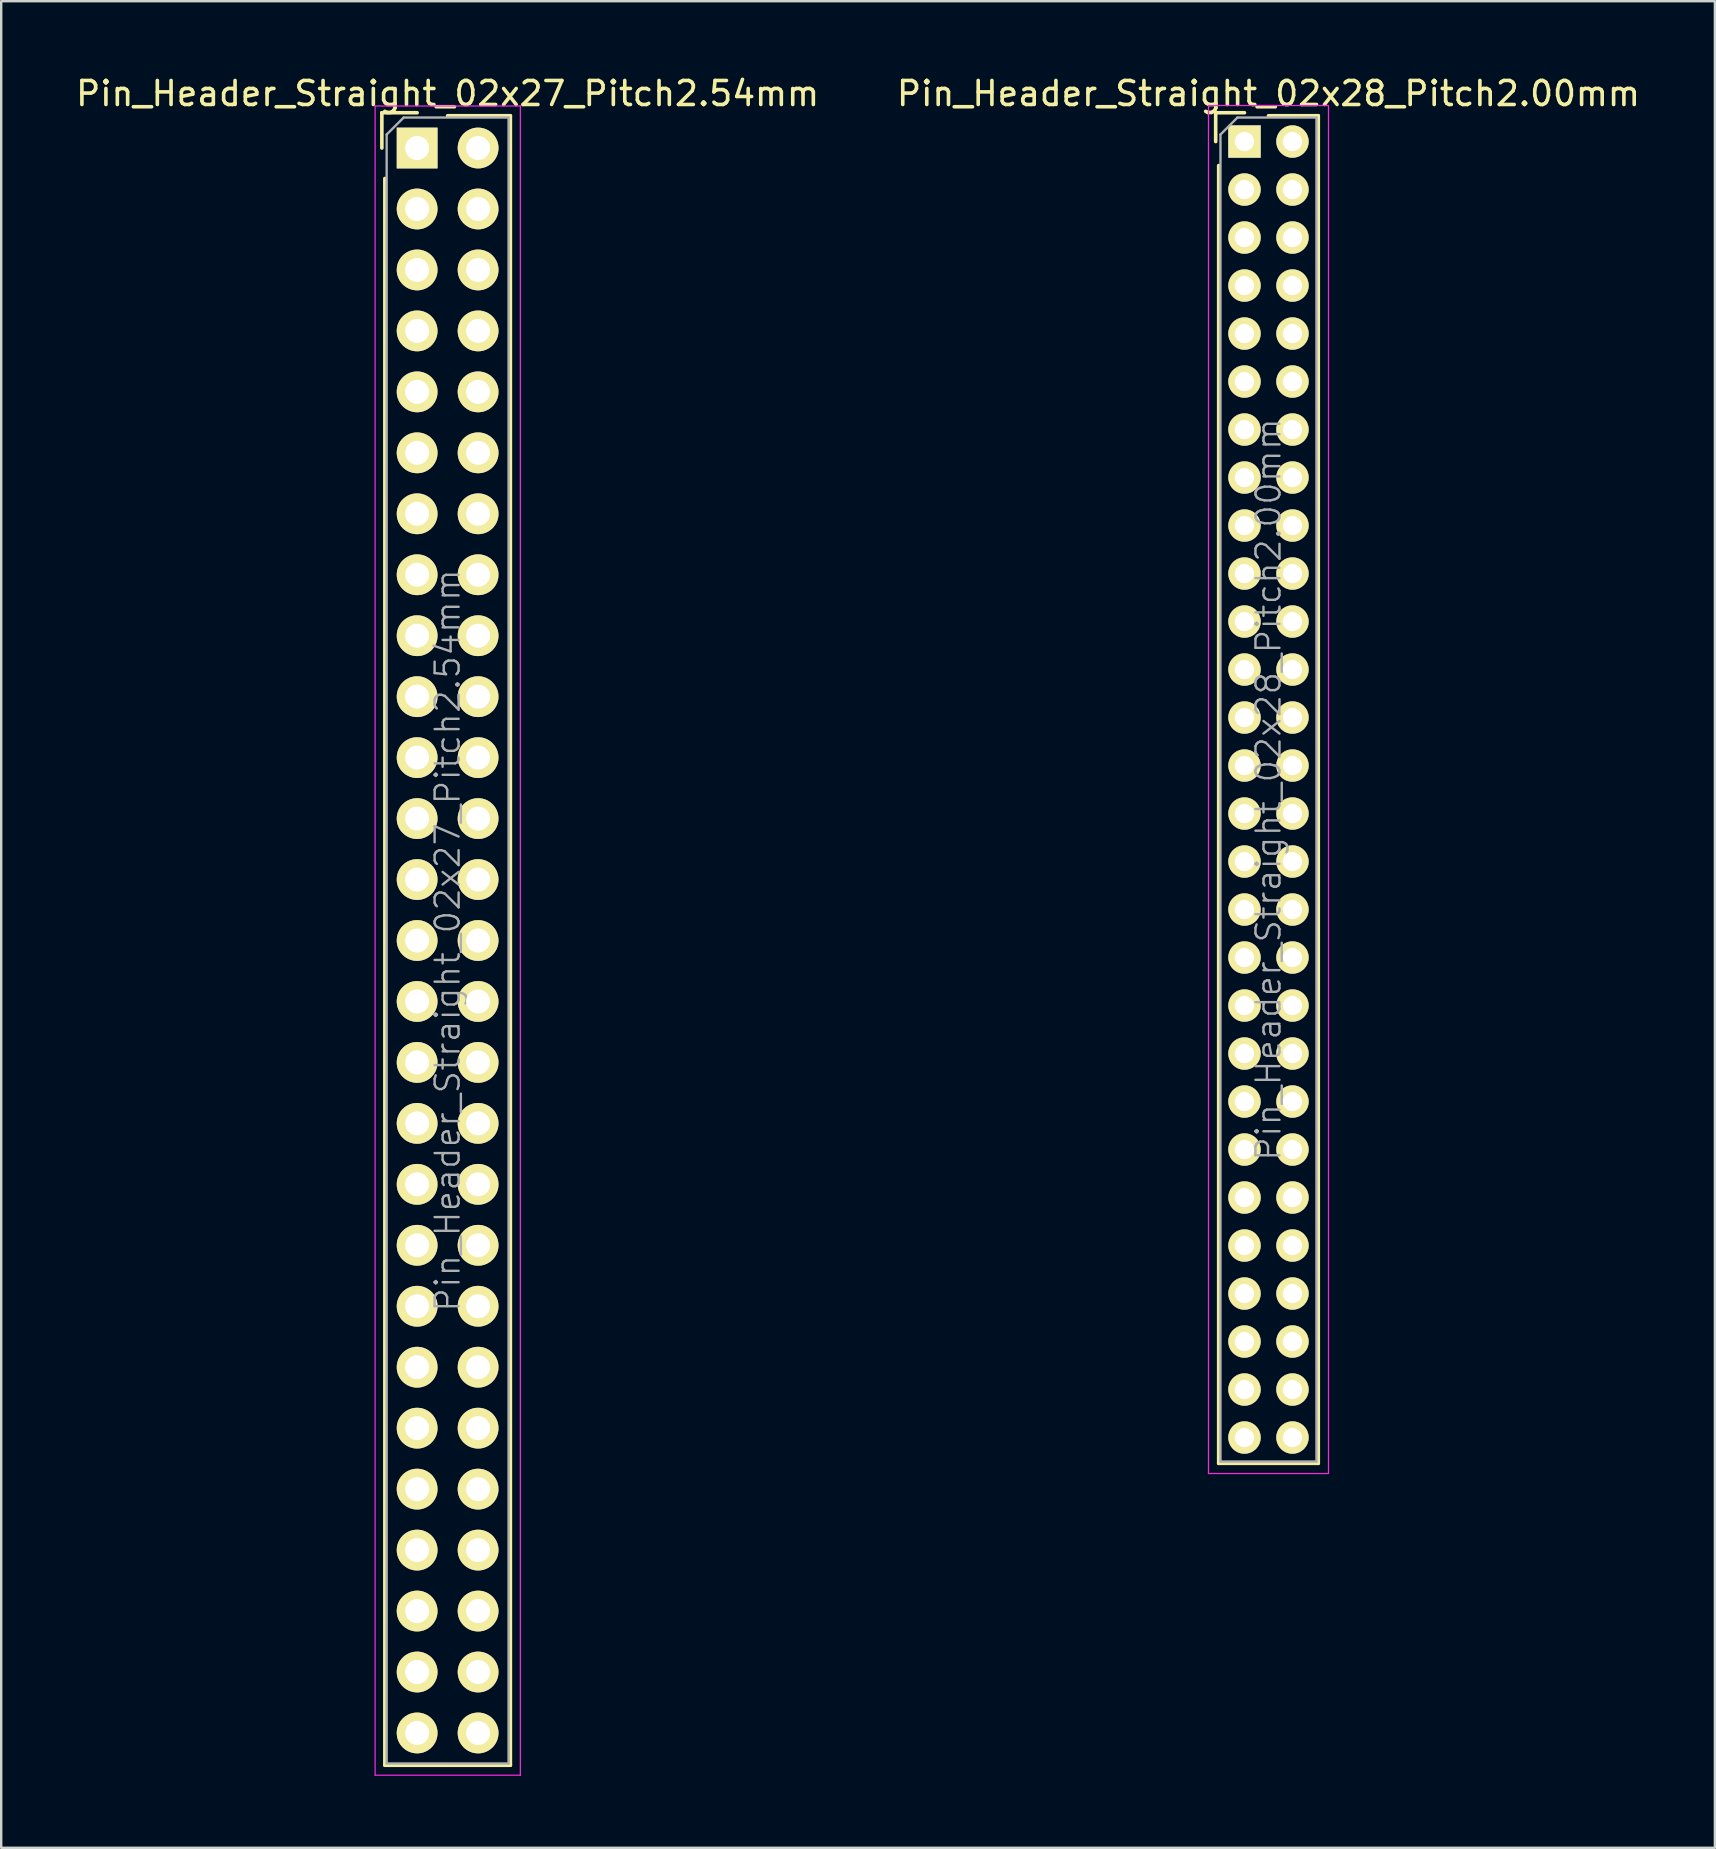
<source format=kicad_pcb>
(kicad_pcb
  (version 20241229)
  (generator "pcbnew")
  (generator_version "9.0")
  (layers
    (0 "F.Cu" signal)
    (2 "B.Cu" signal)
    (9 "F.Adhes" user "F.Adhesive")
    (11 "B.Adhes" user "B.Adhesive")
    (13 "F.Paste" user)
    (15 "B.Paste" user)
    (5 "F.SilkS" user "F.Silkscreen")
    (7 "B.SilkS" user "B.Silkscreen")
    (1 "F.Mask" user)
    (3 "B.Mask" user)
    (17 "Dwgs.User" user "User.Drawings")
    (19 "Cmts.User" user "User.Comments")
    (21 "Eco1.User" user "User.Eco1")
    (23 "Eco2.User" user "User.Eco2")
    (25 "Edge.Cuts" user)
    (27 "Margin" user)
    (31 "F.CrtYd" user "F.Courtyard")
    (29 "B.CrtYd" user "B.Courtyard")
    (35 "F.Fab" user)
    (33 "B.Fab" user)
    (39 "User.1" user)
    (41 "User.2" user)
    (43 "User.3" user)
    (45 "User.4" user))
  (footprint "Pin_Header_Straight_02x28_Pitch2.00mm"
    (layer "F.Cu")
    (at 48.804 2.848)
    (property "Reference" "Pin_Header_Straight_02x28_Pitch2.00mm" (at 1 -2 0) (layer "F.SilkS") (effects (font (size 1 1) (thickness 0.15))))
    (attr smd)
    (fp_line (start -1.2 -1.2) (end -1.2 0) (stroke (width 0.15) (type solid)) (layer "F.SilkS"))
    (fp_line (start -1.2 -1.2) (end 0 -1.2) (stroke (width 0.15) (type solid)) (layer "F.SilkS"))
    (fp_line (start -1.075 1) (end -1.075 55.075) (stroke (width 0.15) (type solid)) (layer "F.SilkS"))
    (fp_line (start -1.075 55.075) (end 3.075 55.075) (stroke (width 0.15) (type solid)) (layer "F.SilkS"))
    (fp_line (start 1 -1.075) (end 3.075 -1.075) (stroke (width 0.15) (type solid)) (layer "F.SilkS"))
    (fp_line (start 3.075 -1.075) (end 3.075 55.075) (stroke (width 0.15) (type solid)) (layer "F.SilkS"))
    (fp_line (start -1.5 -1.5) (end -1.5 55.5) (stroke (width 0.05) (type solid)) (layer "F.CrtYd"))
    (fp_line (start 3.5 -1.5) (end -1.5 -1.5) (stroke (width 0.05) (type solid)) (layer "F.CrtYd"))
    (fp_line (start 3.5 -1.5) (end 3.5 55.5) (stroke (width 0.05) (type solid)) (layer "F.CrtYd"))
    (fp_line (start 3.5 55.5) (end -1.5 55.5) (stroke (width 0.05) (type solid)) (layer "F.CrtYd"))
    (fp_line (start -1 -0.293) (end -0.293 -1) (stroke (width 0.1) (type solid)) (layer "F.Fab"))
    (fp_line (start -1 55) (end -1 -0.293) (stroke (width 0.1) (type solid)) (layer "F.Fab"))
    (fp_line (start 3 -1) (end -0.293 -1) (stroke (width 0.1) (type solid)) (layer "F.Fab"))
    (fp_line (start 3 55) (end -1 55) (stroke (width 0.1) (type solid)) (layer "F.Fab"))
    (fp_line (start 3 55) (end 3 -1) (stroke (width 0.1) (type solid)) (layer "F.Fab"))
    (fp_text user "${REFERENCE}" (at 1 27 90) (layer "F.Fab") (effects (font (size 1 1) (thickness 0.1))))
    (pad "1" thru_hole rect (at 0 0) (size 1.35 1.35) (drill 0.8) (layers "*.Cu" "*.Mask" "F.SilkS"))
    (pad "2" thru_hole oval (at 2 0) (size 1.35 1.35) (drill 0.8) (layers "*.Cu" "*.Mask" "F.SilkS"))
    (pad "3" thru_hole oval (at 0 2) (size 1.35 1.35) (drill 0.8) (layers "*.Cu" "*.Mask" "F.SilkS"))
    (pad "4" thru_hole oval (at 2 2) (size 1.35 1.35) (drill 0.8) (layers "*.Cu" "*.Mask" "F.SilkS"))
    (pad "5" thru_hole oval (at 0 4) (size 1.35 1.35) (drill 0.8) (layers "*.Cu" "*.Mask" "F.SilkS"))
    (pad "6" thru_hole oval (at 2 4) (size 1.35 1.35) (drill 0.8) (layers "*.Cu" "*.Mask" "F.SilkS"))
    (pad "7" thru_hole oval (at 0 6) (size 1.35 1.35) (drill 0.8) (layers "*.Cu" "*.Mask" "F.SilkS"))
    (pad "8" thru_hole oval (at 2 6) (size 1.35 1.35) (drill 0.8) (layers "*.Cu" "*.Mask" "F.SilkS"))
    (pad "9" thru_hole oval (at 0 8) (size 1.35 1.35) (drill 0.8) (layers "*.Cu" "*.Mask" "F.SilkS"))
    (pad "10" thru_hole oval (at 2 8) (size 1.35 1.35) (drill 0.8) (layers "*.Cu" "*.Mask" "F.SilkS"))
    (pad "11" thru_hole oval (at 0 10) (size 1.35 1.35) (drill 0.8) (layers "*.Cu" "*.Mask" "F.SilkS"))
    (pad "12" thru_hole oval (at 2 10) (size 1.35 1.35) (drill 0.8) (layers "*.Cu" "*.Mask" "F.SilkS"))
    (pad "13" thru_hole oval (at 0 12) (size 1.35 1.35) (drill 0.8) (layers "*.Cu" "*.Mask" "F.SilkS"))
    (pad "14" thru_hole oval (at 2 12) (size 1.35 1.35) (drill 0.8) (layers "*.Cu" "*.Mask" "F.SilkS"))
    (pad "15" thru_hole oval (at 0 14) (size 1.35 1.35) (drill 0.8) (layers "*.Cu" "*.Mask" "F.SilkS"))
    (pad "16" thru_hole oval (at 2 14) (size 1.35 1.35) (drill 0.8) (layers "*.Cu" "*.Mask" "F.SilkS"))
    (pad "17" thru_hole oval (at 0 16) (size 1.35 1.35) (drill 0.8) (layers "*.Cu" "*.Mask" "F.SilkS"))
    (pad "18" thru_hole oval (at 2 16) (size 1.35 1.35) (drill 0.8) (layers "*.Cu" "*.Mask" "F.SilkS"))
    (pad "19" thru_hole oval (at 0 18) (size 1.35 1.35) (drill 0.8) (layers "*.Cu" "*.Mask" "F.SilkS"))
    (pad "20" thru_hole oval (at 2 18) (size 1.35 1.35) (drill 0.8) (layers "*.Cu" "*.Mask" "F.SilkS"))
    (pad "21" thru_hole oval (at 0 20) (size 1.35 1.35) (drill 0.8) (layers "*.Cu" "*.Mask" "F.SilkS"))
    (pad "22" thru_hole oval (at 2 20) (size 1.35 1.35) (drill 0.8) (layers "*.Cu" "*.Mask" "F.SilkS"))
    (pad "23" thru_hole oval (at 0 22) (size 1.35 1.35) (drill 0.8) (layers "*.Cu" "*.Mask" "F.SilkS"))
    (pad "24" thru_hole oval (at 2 22) (size 1.35 1.35) (drill 0.8) (layers "*.Cu" "*.Mask" "F.SilkS"))
    (pad "25" thru_hole oval (at 0 24) (size 1.35 1.35) (drill 0.8) (layers "*.Cu" "*.Mask" "F.SilkS"))
    (pad "26" thru_hole oval (at 2 24) (size 1.35 1.35) (drill 0.8) (layers "*.Cu" "*.Mask" "F.SilkS"))
    (pad "27" thru_hole oval (at 0 26) (size 1.35 1.35) (drill 0.8) (layers "*.Cu" "*.Mask" "F.SilkS"))
    (pad "28" thru_hole oval (at 2 26) (size 1.35 1.35) (drill 0.8) (layers "*.Cu" "*.Mask" "F.SilkS"))
    (pad "29" thru_hole oval (at 0 28) (size 1.35 1.35) (drill 0.8) (layers "*.Cu" "*.Mask" "F.SilkS"))
    (pad "30" thru_hole oval (at 2 28) (size 1.35 1.35) (drill 0.8) (layers "*.Cu" "*.Mask" "F.SilkS"))
    (pad "31" thru_hole oval (at 0 30) (size 1.35 1.35) (drill 0.8) (layers "*.Cu" "*.Mask" "F.SilkS"))
    (pad "32" thru_hole oval (at 2 30) (size 1.35 1.35) (drill 0.8) (layers "*.Cu" "*.Mask" "F.SilkS"))
    (pad "33" thru_hole oval (at 0 32) (size 1.35 1.35) (drill 0.8) (layers "*.Cu" "*.Mask" "F.SilkS"))
    (pad "34" thru_hole oval (at 2 32) (size 1.35 1.35) (drill 0.8) (layers "*.Cu" "*.Mask" "F.SilkS"))
    (pad "35" thru_hole oval (at 0 34) (size 1.35 1.35) (drill 0.8) (layers "*.Cu" "*.Mask" "F.SilkS"))
    (pad "36" thru_hole oval (at 2 34) (size 1.35 1.35) (drill 0.8) (layers "*.Cu" "*.Mask" "F.SilkS"))
    (pad "37" thru_hole oval (at 0 36) (size 1.35 1.35) (drill 0.8) (layers "*.Cu" "*.Mask" "F.SilkS"))
    (pad "38" thru_hole oval (at 2 36) (size 1.35 1.35) (drill 0.8) (layers "*.Cu" "*.Mask" "F.SilkS"))
    (pad "39" thru_hole oval (at 0 38) (size 1.35 1.35) (drill 0.8) (layers "*.Cu" "*.Mask" "F.SilkS"))
    (pad "40" thru_hole oval (at 2 38) (size 1.35 1.35) (drill 0.8) (layers "*.Cu" "*.Mask" "F.SilkS"))
    (pad "41" thru_hole oval (at 0 40) (size 1.35 1.35) (drill 0.8) (layers "*.Cu" "*.Mask" "F.SilkS"))
    (pad "42" thru_hole oval (at 2 40) (size 1.35 1.35) (drill 0.8) (layers "*.Cu" "*.Mask" "F.SilkS"))
    (pad "43" thru_hole oval (at 0 42) (size 1.35 1.35) (drill 0.8) (layers "*.Cu" "*.Mask" "F.SilkS"))
    (pad "44" thru_hole oval (at 2 42) (size 1.35 1.35) (drill 0.8) (layers "*.Cu" "*.Mask" "F.SilkS"))
    (pad "45" thru_hole oval (at 0 44) (size 1.35 1.35) (drill 0.8) (layers "*.Cu" "*.Mask" "F.SilkS"))
    (pad "46" thru_hole oval (at 2 44) (size 1.35 1.35) (drill 0.8) (layers "*.Cu" "*.Mask" "F.SilkS"))
    (pad "47" thru_hole oval (at 0 46) (size 1.35 1.35) (drill 0.8) (layers "*.Cu" "*.Mask" "F.SilkS"))
    (pad "48" thru_hole oval (at 2 46) (size 1.35 1.35) (drill 0.8) (layers "*.Cu" "*.Mask" "F.SilkS"))
    (pad "49" thru_hole oval (at 0 48) (size 1.35 1.35) (drill 0.8) (layers "*.Cu" "*.Mask" "F.SilkS"))
    (pad "50" thru_hole oval (at 2 48) (size 1.35 1.35) (drill 0.8) (layers "*.Cu" "*.Mask" "F.SilkS"))
    (pad "51" thru_hole oval (at 0 50) (size 1.35 1.35) (drill 0.8) (layers "*.Cu" "*.Mask" "F.SilkS"))
    (pad "52" thru_hole oval (at 2 50) (size 1.35 1.35) (drill 0.8) (layers "*.Cu" "*.Mask" "F.SilkS"))
    (pad "53" thru_hole oval (at 0 52) (size 1.35 1.35) (drill 0.8) (layers "*.Cu" "*.Mask" "F.SilkS"))
    (pad "54" thru_hole oval (at 2 52) (size 1.35 1.35) (drill 0.8) (layers "*.Cu" "*.Mask" "F.SilkS"))
    (pad "55" thru_hole oval (at 0 54) (size 1.35 1.35) (drill 0.8) (layers "*.Cu" "*.Mask" "F.SilkS"))
    (pad "56" thru_hole oval (at 2 54) (size 1.35 1.35) (drill 0.8) (layers "*.Cu" "*.Mask" "F.SilkS")))
  (footprint "Pin_Header_Straight_02x27_Pitch2.54mm"
    (layer "F.Cu")
    (at 14.331 3.118)
    (property "Reference" "Pin_Header_Straight_02x27_Pitch2.54mm" (at 1.27 -2.27 0) (layer "F.SilkS") (effects (font (size 1 1) (thickness 0.15))))
    (attr smd)
    (fp_line (start -1.47 -1.47) (end -1.47 0) (stroke (width 0.15) (type solid)) (layer "F.SilkS"))
    (fp_line (start -1.47 -1.47) (end 0 -1.47) (stroke (width 0.15) (type solid)) (layer "F.SilkS"))
    (fp_line (start -1.345 1.27) (end -1.345 67.385) (stroke (width 0.15) (type solid)) (layer "F.SilkS"))
    (fp_line (start -1.345 67.385) (end 3.885 67.385) (stroke (width 0.15) (type solid)) (layer "F.SilkS"))
    (fp_line (start 1.27 -1.345) (end 3.885 -1.345) (stroke (width 0.15) (type solid)) (layer "F.SilkS"))
    (fp_line (start 3.885 -1.345) (end 3.885 67.385) (stroke (width 0.15) (type solid)) (layer "F.SilkS"))
    (fp_line (start -1.75 -1.75) (end -1.75 67.8) (stroke (width 0.05) (type solid)) (layer "F.CrtYd"))
    (fp_line (start 4.3 -1.75) (end -1.75 -1.75) (stroke (width 0.05) (type solid)) (layer "F.CrtYd"))
    (fp_line (start 4.3 -1.75) (end 4.3 67.8) (stroke (width 0.05) (type solid)) (layer "F.CrtYd"))
    (fp_line (start 4.3 67.8) (end -1.75 67.8) (stroke (width 0.05) (type solid)) (layer "F.CrtYd"))
    (fp_line (start -1.27 -0.563) (end -0.563 -1.27) (stroke (width 0.1) (type solid)) (layer "F.Fab"))
    (fp_line (start -1.27 67.31) (end -1.27 -0.563) (stroke (width 0.1) (type solid)) (layer "F.Fab"))
    (fp_line (start 3.81 -1.27) (end -0.563 -1.27) (stroke (width 0.1) (type solid)) (layer "F.Fab"))
    (fp_line (start 3.81 67.31) (end -1.27 67.31) (stroke (width 0.1) (type solid)) (layer "F.Fab"))
    (fp_line (start 3.81 67.31) (end 3.81 -1.27) (stroke (width 0.1) (type solid)) (layer "F.Fab"))
    (fp_text user "${REFERENCE}" (at 1.27 33.02 90) (layer "F.Fab") (effects (font (size 1 1) (thickness 0.1))))
    (pad "1" thru_hole rect (at 0 0) (size 1.7 1.7) (drill 1) (layers "*.Cu" "*.Mask" "F.SilkS"))
    (pad "2" thru_hole oval (at 2.54 0) (size 1.7 1.7) (drill 1) (layers "*.Cu" "*.Mask" "F.SilkS"))
    (pad "3" thru_hole oval (at 0 2.54) (size 1.7 1.7) (drill 1) (layers "*.Cu" "*.Mask" "F.SilkS"))
    (pad "4" thru_hole oval (at 2.54 2.54) (size 1.7 1.7) (drill 1) (layers "*.Cu" "*.Mask" "F.SilkS"))
    (pad "5" thru_hole oval (at 0 5.08) (size 1.7 1.7) (drill 1) (layers "*.Cu" "*.Mask" "F.SilkS"))
    (pad "6" thru_hole oval (at 2.54 5.08) (size 1.7 1.7) (drill 1) (layers "*.Cu" "*.Mask" "F.SilkS"))
    (pad "7" thru_hole oval (at 0 7.62) (size 1.7 1.7) (drill 1) (layers "*.Cu" "*.Mask" "F.SilkS"))
    (pad "8" thru_hole oval (at 2.54 7.62) (size 1.7 1.7) (drill 1) (layers "*.Cu" "*.Mask" "F.SilkS"))
    (pad "9" thru_hole oval (at 0 10.16) (size 1.7 1.7) (drill 1) (layers "*.Cu" "*.Mask" "F.SilkS"))
    (pad "10" thru_hole oval (at 2.54 10.16) (size 1.7 1.7) (drill 1) (layers "*.Cu" "*.Mask" "F.SilkS"))
    (pad "11" thru_hole oval (at 0 12.7) (size 1.7 1.7) (drill 1) (layers "*.Cu" "*.Mask" "F.SilkS"))
    (pad "12" thru_hole oval (at 2.54 12.7) (size 1.7 1.7) (drill 1) (layers "*.Cu" "*.Mask" "F.SilkS"))
    (pad "13" thru_hole oval (at 0 15.24) (size 1.7 1.7) (drill 1) (layers "*.Cu" "*.Mask" "F.SilkS"))
    (pad "14" thru_hole oval (at 2.54 15.24) (size 1.7 1.7) (drill 1) (layers "*.Cu" "*.Mask" "F.SilkS"))
    (pad "15" thru_hole oval (at 0 17.78) (size 1.7 1.7) (drill 1) (layers "*.Cu" "*.Mask" "F.SilkS"))
    (pad "16" thru_hole oval (at 2.54 17.78) (size 1.7 1.7) (drill 1) (layers "*.Cu" "*.Mask" "F.SilkS"))
    (pad "17" thru_hole oval (at 0 20.32) (size 1.7 1.7) (drill 1) (layers "*.Cu" "*.Mask" "F.SilkS"))
    (pad "18" thru_hole oval (at 2.54 20.32) (size 1.7 1.7) (drill 1) (layers "*.Cu" "*.Mask" "F.SilkS"))
    (pad "19" thru_hole oval (at 0 22.86) (size 1.7 1.7) (drill 1) (layers "*.Cu" "*.Mask" "F.SilkS"))
    (pad "20" thru_hole oval (at 2.54 22.86) (size 1.7 1.7) (drill 1) (layers "*.Cu" "*.Mask" "F.SilkS"))
    (pad "21" thru_hole oval (at 0 25.4) (size 1.7 1.7) (drill 1) (layers "*.Cu" "*.Mask" "F.SilkS"))
    (pad "22" thru_hole oval (at 2.54 25.4) (size 1.7 1.7) (drill 1) (layers "*.Cu" "*.Mask" "F.SilkS"))
    (pad "23" thru_hole oval (at 0 27.94) (size 1.7 1.7) (drill 1) (layers "*.Cu" "*.Mask" "F.SilkS"))
    (pad "24" thru_hole oval (at 2.54 27.94) (size 1.7 1.7) (drill 1) (layers "*.Cu" "*.Mask" "F.SilkS"))
    (pad "25" thru_hole oval (at 0 30.48) (size 1.7 1.7) (drill 1) (layers "*.Cu" "*.Mask" "F.SilkS"))
    (pad "26" thru_hole oval (at 2.54 30.48) (size 1.7 1.7) (drill 1) (layers "*.Cu" "*.Mask" "F.SilkS"))
    (pad "27" thru_hole oval (at 0 33.02) (size 1.7 1.7) (drill 1) (layers "*.Cu" "*.Mask" "F.SilkS"))
    (pad "28" thru_hole oval (at 2.54 33.02) (size 1.7 1.7) (drill 1) (layers "*.Cu" "*.Mask" "F.SilkS"))
    (pad "29" thru_hole oval (at 0 35.56) (size 1.7 1.7) (drill 1) (layers "*.Cu" "*.Mask" "F.SilkS"))
    (pad "30" thru_hole oval (at 2.54 35.56) (size 1.7 1.7) (drill 1) (layers "*.Cu" "*.Mask" "F.SilkS"))
    (pad "31" thru_hole oval (at 0 38.1) (size 1.7 1.7) (drill 1) (layers "*.Cu" "*.Mask" "F.SilkS"))
    (pad "32" thru_hole oval (at 2.54 38.1) (size 1.7 1.7) (drill 1) (layers "*.Cu" "*.Mask" "F.SilkS"))
    (pad "33" thru_hole oval (at 0 40.64) (size 1.7 1.7) (drill 1) (layers "*.Cu" "*.Mask" "F.SilkS"))
    (pad "34" thru_hole oval (at 2.54 40.64) (size 1.7 1.7) (drill 1) (layers "*.Cu" "*.Mask" "F.SilkS"))
    (pad "35" thru_hole oval (at 0 43.18) (size 1.7 1.7) (drill 1) (layers "*.Cu" "*.Mask" "F.SilkS"))
    (pad "36" thru_hole oval (at 2.54 43.18) (size 1.7 1.7) (drill 1) (layers "*.Cu" "*.Mask" "F.SilkS"))
    (pad "37" thru_hole oval (at 0 45.72) (size 1.7 1.7) (drill 1) (layers "*.Cu" "*.Mask" "F.SilkS"))
    (pad "38" thru_hole oval (at 2.54 45.72) (size 1.7 1.7) (drill 1) (layers "*.Cu" "*.Mask" "F.SilkS"))
    (pad "39" thru_hole oval (at 0 48.26) (size 1.7 1.7) (drill 1) (layers "*.Cu" "*.Mask" "F.SilkS"))
    (pad "40" thru_hole oval (at 2.54 48.26) (size 1.7 1.7) (drill 1) (layers "*.Cu" "*.Mask" "F.SilkS"))
    (pad "41" thru_hole oval (at 0 50.8) (size 1.7 1.7) (drill 1) (layers "*.Cu" "*.Mask" "F.SilkS"))
    (pad "42" thru_hole oval (at 2.54 50.8) (size 1.7 1.7) (drill 1) (layers "*.Cu" "*.Mask" "F.SilkS"))
    (pad "43" thru_hole oval (at 0 53.34) (size 1.7 1.7) (drill 1) (layers "*.Cu" "*.Mask" "F.SilkS"))
    (pad "44" thru_hole oval (at 2.54 53.34) (size 1.7 1.7) (drill 1) (layers "*.Cu" "*.Mask" "F.SilkS"))
    (pad "45" thru_hole oval (at 0 55.88) (size 1.7 1.7) (drill 1) (layers "*.Cu" "*.Mask" "F.SilkS"))
    (pad "46" thru_hole oval (at 2.54 55.88) (size 1.7 1.7) (drill 1) (layers "*.Cu" "*.Mask" "F.SilkS"))
    (pad "47" thru_hole oval (at 0 58.42) (size 1.7 1.7) (drill 1) (layers "*.Cu" "*.Mask" "F.SilkS"))
    (pad "48" thru_hole oval (at 2.54 58.42) (size 1.7 1.7) (drill 1) (layers "*.Cu" "*.Mask" "F.SilkS"))
    (pad "49" thru_hole oval (at 0 60.96) (size 1.7 1.7) (drill 1) (layers "*.Cu" "*.Mask" "F.SilkS"))
    (pad "50" thru_hole oval (at 2.54 60.96) (size 1.7 1.7) (drill 1) (layers "*.Cu" "*.Mask" "F.SilkS"))
    (pad "51" thru_hole oval (at 0 63.5) (size 1.7 1.7) (drill 1) (layers "*.Cu" "*.Mask" "F.SilkS"))
    (pad "52" thru_hole oval (at 2.54 63.5) (size 1.7 1.7) (drill 1) (layers "*.Cu" "*.Mask" "F.SilkS"))
    (pad "53" thru_hole oval (at 0 66.04) (size 1.7 1.7) (drill 1) (layers "*.Cu" "*.Mask" "F.SilkS"))
    (pad "54" thru_hole oval (at 2.54 66.04) (size 1.7 1.7) (drill 1) (layers "*.Cu" "*.Mask" "F.SilkS")))
  (gr_rect
    (start -3 -3)
    (end 68.405 73.943)
    (stroke (width 0.1) (type default))
    (fill no)
    (layer "Edge.Cuts")))
</source>
